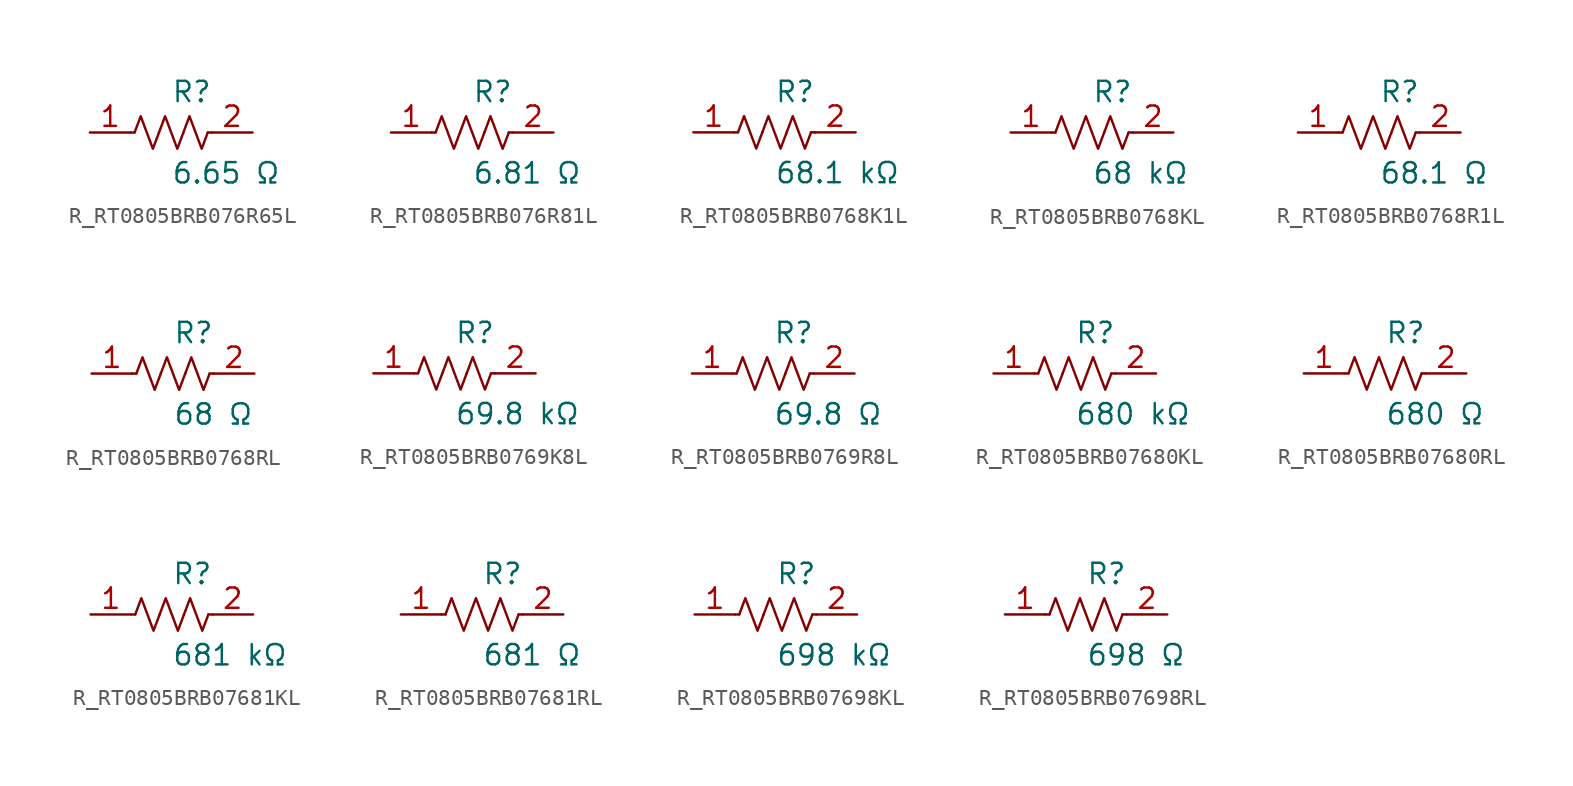
<source format=kicad_sym>
(kicad_symbol_lib
  (version 20231120)
  (generator kicad_symbol_editor)
  (generator_version 8.0)
  (symbol "R_RT0805BRB076R65L"
    (pin_names
      (offset 0.254))
    (property "Reference" "R"
      (at 0 2.54 0)
      (effects (font (size 1.27 1.27)) (justify left)))
    (property "Value" "6.65 Ω"
      (at 0 -2.54 0)
      (effects (font (size 1.27 1.27)) (justify left)))
    (symbol "R_RT0805BRB076R65L_0_1"
      (polyline (pts (xy 2.286 0) (xy 2.54 0)) (stroke (width 0) (type default)) (fill (type none)))
      (polyline (pts (xy -2.286 0) (xy -2.54 0)) (stroke (width 0) (type default)) (fill (type none)))
      (polyline (pts (xy 0.762 0) (xy 1.143 1.016) (xy 1.524 0) (xy 1.905 -1.016) (xy 2.286 0)) (stroke (width 0) (type default)) (fill (type none)))
      (polyline (pts (xy -0.762 0) (xy -0.381 1.016) (xy 0 0) (xy 0.381 -1.016) (xy 0.762 0)) (stroke (width 0) (type default)) (fill (type none)))
      (polyline (pts (xy -2.286 0) (xy -1.905 1.016) (xy -1.524 0) (xy -1.143 -1.016) (xy -0.762 0)) (stroke (width 0) (type default)) (fill (type none))))
    (pin unspecified line
      (at -5.08 0 0)
      (length 2.54)
      (name "" (effects (font (size 1.27 1.27))))
      (number "1" (effects (font (size 1.27 1.27)))))
    (pin unspecified line
      (at 5.08 0 180)
      (length 2.54)
      (name "" (effects (font (size 1.27 1.27))))
      (number "2" (effects (font (size 1.27 1.27))))))
  (symbol "R_RT0805BRB076R81L"
    (pin_names
      (offset 0.254))
    (property "Reference" "R"
      (at 0 2.54 0)
      (effects (font (size 1.27 1.27)) (justify left)))
    (property "Value" "6.81 Ω"
      (at 0 -2.54 0)
      (effects (font (size 1.27 1.27)) (justify left)))
    (symbol "R_RT0805BRB076R81L_0_1"
      (polyline (pts (xy 2.286 0) (xy 2.54 0)) (stroke (width 0) (type default)) (fill (type none)))
      (polyline (pts (xy -2.286 0) (xy -2.54 0)) (stroke (width 0) (type default)) (fill (type none)))
      (polyline (pts (xy 0.762 0) (xy 1.143 1.016) (xy 1.524 0) (xy 1.905 -1.016) (xy 2.286 0)) (stroke (width 0) (type default)) (fill (type none)))
      (polyline (pts (xy -0.762 0) (xy -0.381 1.016) (xy 0 0) (xy 0.381 -1.016) (xy 0.762 0)) (stroke (width 0) (type default)) (fill (type none)))
      (polyline (pts (xy -2.286 0) (xy -1.905 1.016) (xy -1.524 0) (xy -1.143 -1.016) (xy -0.762 0)) (stroke (width 0) (type default)) (fill (type none))))
    (pin unspecified line
      (at -5.08 0 0)
      (length 2.54)
      (name "" (effects (font (size 1.27 1.27))))
      (number "1" (effects (font (size 1.27 1.27)))))
    (pin unspecified line
      (at 5.08 0 180)
      (length 2.54)
      (name "" (effects (font (size 1.27 1.27))))
      (number "2" (effects (font (size 1.27 1.27))))))
  (symbol "R_RT0805BRB0768K1L"
    (pin_names
      (offset 0.254))
    (property "Reference" "R"
      (at 0 2.54 0)
      (effects (font (size 1.27 1.27)) (justify left)))
    (property "Value" "68.1 kΩ"
      (at 0 -2.54 0)
      (effects (font (size 1.27 1.27)) (justify left)))
    (symbol "R_RT0805BRB0768K1L_0_1"
      (polyline (pts (xy 2.286 0) (xy 2.54 0)) (stroke (width 0) (type default)) (fill (type none)))
      (polyline (pts (xy -2.286 0) (xy -2.54 0)) (stroke (width 0) (type default)) (fill (type none)))
      (polyline (pts (xy 0.762 0) (xy 1.143 1.016) (xy 1.524 0) (xy 1.905 -1.016) (xy 2.286 0)) (stroke (width 0) (type default)) (fill (type none)))
      (polyline (pts (xy -0.762 0) (xy -0.381 1.016) (xy 0 0) (xy 0.381 -1.016) (xy 0.762 0)) (stroke (width 0) (type default)) (fill (type none)))
      (polyline (pts (xy -2.286 0) (xy -1.905 1.016) (xy -1.524 0) (xy -1.143 -1.016) (xy -0.762 0)) (stroke (width 0) (type default)) (fill (type none))))
    (pin unspecified line
      (at -5.08 0 0)
      (length 2.54)
      (name "" (effects (font (size 1.27 1.27))))
      (number "1" (effects (font (size 1.27 1.27)))))
    (pin unspecified line
      (at 5.08 0 180)
      (length 2.54)
      (name "" (effects (font (size 1.27 1.27))))
      (number "2" (effects (font (size 1.27 1.27))))))
  (symbol "R_RT0805BRB0768KL"
    (pin_names
      (offset 0.254))
    (property "Reference" "R"
      (at 0 2.54 0)
      (effects (font (size 1.27 1.27)) (justify left)))
    (property "Value" "68 kΩ"
      (at 0 -2.54 0)
      (effects (font (size 1.27 1.27)) (justify left)))
    (symbol "R_RT0805BRB0768KL_0_1"
      (polyline (pts (xy 2.286 0) (xy 2.54 0)) (stroke (width 0) (type default)) (fill (type none)))
      (polyline (pts (xy -2.286 0) (xy -2.54 0)) (stroke (width 0) (type default)) (fill (type none)))
      (polyline (pts (xy 0.762 0) (xy 1.143 1.016) (xy 1.524 0) (xy 1.905 -1.016) (xy 2.286 0)) (stroke (width 0) (type default)) (fill (type none)))
      (polyline (pts (xy -0.762 0) (xy -0.381 1.016) (xy 0 0) (xy 0.381 -1.016) (xy 0.762 0)) (stroke (width 0) (type default)) (fill (type none)))
      (polyline (pts (xy -2.286 0) (xy -1.905 1.016) (xy -1.524 0) (xy -1.143 -1.016) (xy -0.762 0)) (stroke (width 0) (type default)) (fill (type none))))
    (pin unspecified line
      (at -5.08 0 0)
      (length 2.54)
      (name "" (effects (font (size 1.27 1.27))))
      (number "1" (effects (font (size 1.27 1.27)))))
    (pin unspecified line
      (at 5.08 0 180)
      (length 2.54)
      (name "" (effects (font (size 1.27 1.27))))
      (number "2" (effects (font (size 1.27 1.27))))))
  (symbol "R_RT0805BRB0768R1L"
    (pin_names
      (offset 0.254))
    (property "Reference" "R"
      (at 0 2.54 0)
      (effects (font (size 1.27 1.27)) (justify left)))
    (property "Value" "68.1 Ω"
      (at 0 -2.54 0)
      (effects (font (size 1.27 1.27)) (justify left)))
    (symbol "R_RT0805BRB0768R1L_0_1"
      (polyline (pts (xy 2.286 0) (xy 2.54 0)) (stroke (width 0) (type default)) (fill (type none)))
      (polyline (pts (xy -2.286 0) (xy -2.54 0)) (stroke (width 0) (type default)) (fill (type none)))
      (polyline (pts (xy 0.762 0) (xy 1.143 1.016) (xy 1.524 0) (xy 1.905 -1.016) (xy 2.286 0)) (stroke (width 0) (type default)) (fill (type none)))
      (polyline (pts (xy -0.762 0) (xy -0.381 1.016) (xy 0 0) (xy 0.381 -1.016) (xy 0.762 0)) (stroke (width 0) (type default)) (fill (type none)))
      (polyline (pts (xy -2.286 0) (xy -1.905 1.016) (xy -1.524 0) (xy -1.143 -1.016) (xy -0.762 0)) (stroke (width 0) (type default)) (fill (type none))))
    (pin unspecified line
      (at -5.08 0 0)
      (length 2.54)
      (name "" (effects (font (size 1.27 1.27))))
      (number "1" (effects (font (size 1.27 1.27)))))
    (pin unspecified line
      (at 5.08 0 180)
      (length 2.54)
      (name "" (effects (font (size 1.27 1.27))))
      (number "2" (effects (font (size 1.27 1.27))))))
  (symbol "R_RT0805BRB0768RL"
    (pin_names
      (offset 0.254))
    (property "Reference" "R"
      (at 0 2.54 0)
      (effects (font (size 1.27 1.27)) (justify left)))
    (property "Value" "68 Ω"
      (at 0 -2.54 0)
      (effects (font (size 1.27 1.27)) (justify left)))
    (symbol "R_RT0805BRB0768RL_0_1"
      (polyline (pts (xy 2.286 0) (xy 2.54 0)) (stroke (width 0) (type default)) (fill (type none)))
      (polyline (pts (xy -2.286 0) (xy -2.54 0)) (stroke (width 0) (type default)) (fill (type none)))
      (polyline (pts (xy 0.762 0) (xy 1.143 1.016) (xy 1.524 0) (xy 1.905 -1.016) (xy 2.286 0)) (stroke (width 0) (type default)) (fill (type none)))
      (polyline (pts (xy -0.762 0) (xy -0.381 1.016) (xy 0 0) (xy 0.381 -1.016) (xy 0.762 0)) (stroke (width 0) (type default)) (fill (type none)))
      (polyline (pts (xy -2.286 0) (xy -1.905 1.016) (xy -1.524 0) (xy -1.143 -1.016) (xy -0.762 0)) (stroke (width 0) (type default)) (fill (type none))))
    (pin unspecified line
      (at -5.08 0 0)
      (length 2.54)
      (name "" (effects (font (size 1.27 1.27))))
      (number "1" (effects (font (size 1.27 1.27)))))
    (pin unspecified line
      (at 5.08 0 180)
      (length 2.54)
      (name "" (effects (font (size 1.27 1.27))))
      (number "2" (effects (font (size 1.27 1.27))))))
  (symbol "R_RT0805BRB0769K8L"
    (pin_names
      (offset 0.254))
    (property "Reference" "R"
      (at 0 2.54 0)
      (effects (font (size 1.27 1.27)) (justify left)))
    (property "Value" "69.8 kΩ"
      (at 0 -2.54 0)
      (effects (font (size 1.27 1.27)) (justify left)))
    (symbol "R_RT0805BRB0769K8L_0_1"
      (polyline (pts (xy 2.286 0) (xy 2.54 0)) (stroke (width 0) (type default)) (fill (type none)))
      (polyline (pts (xy -2.286 0) (xy -2.54 0)) (stroke (width 0) (type default)) (fill (type none)))
      (polyline (pts (xy 0.762 0) (xy 1.143 1.016) (xy 1.524 0) (xy 1.905 -1.016) (xy 2.286 0)) (stroke (width 0) (type default)) (fill (type none)))
      (polyline (pts (xy -0.762 0) (xy -0.381 1.016) (xy 0 0) (xy 0.381 -1.016) (xy 0.762 0)) (stroke (width 0) (type default)) (fill (type none)))
      (polyline (pts (xy -2.286 0) (xy -1.905 1.016) (xy -1.524 0) (xy -1.143 -1.016) (xy -0.762 0)) (stroke (width 0) (type default)) (fill (type none))))
    (pin unspecified line
      (at -5.08 0 0)
      (length 2.54)
      (name "" (effects (font (size 1.27 1.27))))
      (number "1" (effects (font (size 1.27 1.27)))))
    (pin unspecified line
      (at 5.08 0 180)
      (length 2.54)
      (name "" (effects (font (size 1.27 1.27))))
      (number "2" (effects (font (size 1.27 1.27))))))
  (symbol "R_RT0805BRB0769R8L"
    (pin_names
      (offset 0.254))
    (property "Reference" "R"
      (at 0 2.54 0)
      (effects (font (size 1.27 1.27)) (justify left)))
    (property "Value" "69.8 Ω"
      (at 0 -2.54 0)
      (effects (font (size 1.27 1.27)) (justify left)))
    (symbol "R_RT0805BRB0769R8L_0_1"
      (polyline (pts (xy 2.286 0) (xy 2.54 0)) (stroke (width 0) (type default)) (fill (type none)))
      (polyline (pts (xy -2.286 0) (xy -2.54 0)) (stroke (width 0) (type default)) (fill (type none)))
      (polyline (pts (xy 0.762 0) (xy 1.143 1.016) (xy 1.524 0) (xy 1.905 -1.016) (xy 2.286 0)) (stroke (width 0) (type default)) (fill (type none)))
      (polyline (pts (xy -0.762 0) (xy -0.381 1.016) (xy 0 0) (xy 0.381 -1.016) (xy 0.762 0)) (stroke (width 0) (type default)) (fill (type none)))
      (polyline (pts (xy -2.286 0) (xy -1.905 1.016) (xy -1.524 0) (xy -1.143 -1.016) (xy -0.762 0)) (stroke (width 0) (type default)) (fill (type none))))
    (pin unspecified line
      (at -5.08 0 0)
      (length 2.54)
      (name "" (effects (font (size 1.27 1.27))))
      (number "1" (effects (font (size 1.27 1.27)))))
    (pin unspecified line
      (at 5.08 0 180)
      (length 2.54)
      (name "" (effects (font (size 1.27 1.27))))
      (number "2" (effects (font (size 1.27 1.27))))))
  (symbol "R_RT0805BRB07680KL"
    (pin_names
      (offset 0.254))
    (property "Reference" "R"
      (at 0 2.54 0)
      (effects (font (size 1.27 1.27)) (justify left)))
    (property "Value" "680 kΩ"
      (at 0 -2.54 0)
      (effects (font (size 1.27 1.27)) (justify left)))
    (symbol "R_RT0805BRB07680KL_0_1"
      (polyline (pts (xy 2.286 0) (xy 2.54 0)) (stroke (width 0) (type default)) (fill (type none)))
      (polyline (pts (xy -2.286 0) (xy -2.54 0)) (stroke (width 0) (type default)) (fill (type none)))
      (polyline (pts (xy 0.762 0) (xy 1.143 1.016) (xy 1.524 0) (xy 1.905 -1.016) (xy 2.286 0)) (stroke (width 0) (type default)) (fill (type none)))
      (polyline (pts (xy -0.762 0) (xy -0.381 1.016) (xy 0 0) (xy 0.381 -1.016) (xy 0.762 0)) (stroke (width 0) (type default)) (fill (type none)))
      (polyline (pts (xy -2.286 0) (xy -1.905 1.016) (xy -1.524 0) (xy -1.143 -1.016) (xy -0.762 0)) (stroke (width 0) (type default)) (fill (type none))))
    (pin unspecified line
      (at -5.08 0 0)
      (length 2.54)
      (name "" (effects (font (size 1.27 1.27))))
      (number "1" (effects (font (size 1.27 1.27)))))
    (pin unspecified line
      (at 5.08 0 180)
      (length 2.54)
      (name "" (effects (font (size 1.27 1.27))))
      (number "2" (effects (font (size 1.27 1.27))))))
  (symbol "R_RT0805BRB07680RL"
    (pin_names
      (offset 0.254))
    (property "Reference" "R"
      (at 0 2.54 0)
      (effects (font (size 1.27 1.27)) (justify left)))
    (property "Value" "680 Ω"
      (at 0 -2.54 0)
      (effects (font (size 1.27 1.27)) (justify left)))
    (symbol "R_RT0805BRB07680RL_0_1"
      (polyline (pts (xy 2.286 0) (xy 2.54 0)) (stroke (width 0) (type default)) (fill (type none)))
      (polyline (pts (xy -2.286 0) (xy -2.54 0)) (stroke (width 0) (type default)) (fill (type none)))
      (polyline (pts (xy 0.762 0) (xy 1.143 1.016) (xy 1.524 0) (xy 1.905 -1.016) (xy 2.286 0)) (stroke (width 0) (type default)) (fill (type none)))
      (polyline (pts (xy -0.762 0) (xy -0.381 1.016) (xy 0 0) (xy 0.381 -1.016) (xy 0.762 0)) (stroke (width 0) (type default)) (fill (type none)))
      (polyline (pts (xy -2.286 0) (xy -1.905 1.016) (xy -1.524 0) (xy -1.143 -1.016) (xy -0.762 0)) (stroke (width 0) (type default)) (fill (type none))))
    (pin unspecified line
      (at -5.08 0 0)
      (length 2.54)
      (name "" (effects (font (size 1.27 1.27))))
      (number "1" (effects (font (size 1.27 1.27)))))
    (pin unspecified line
      (at 5.08 0 180)
      (length 2.54)
      (name "" (effects (font (size 1.27 1.27))))
      (number "2" (effects (font (size 1.27 1.27))))))
  (symbol "R_RT0805BRB07681KL"
    (pin_names
      (offset 0.254))
    (property "Reference" "R"
      (at 0 2.54 0)
      (effects (font (size 1.27 1.27)) (justify left)))
    (property "Value" "681 kΩ"
      (at 0 -2.54 0)
      (effects (font (size 1.27 1.27)) (justify left)))
    (symbol "R_RT0805BRB07681KL_0_1"
      (polyline (pts (xy 2.286 0) (xy 2.54 0)) (stroke (width 0) (type default)) (fill (type none)))
      (polyline (pts (xy -2.286 0) (xy -2.54 0)) (stroke (width 0) (type default)) (fill (type none)))
      (polyline (pts (xy 0.762 0) (xy 1.143 1.016) (xy 1.524 0) (xy 1.905 -1.016) (xy 2.286 0)) (stroke (width 0) (type default)) (fill (type none)))
      (polyline (pts (xy -0.762 0) (xy -0.381 1.016) (xy 0 0) (xy 0.381 -1.016) (xy 0.762 0)) (stroke (width 0) (type default)) (fill (type none)))
      (polyline (pts (xy -2.286 0) (xy -1.905 1.016) (xy -1.524 0) (xy -1.143 -1.016) (xy -0.762 0)) (stroke (width 0) (type default)) (fill (type none))))
    (pin unspecified line
      (at -5.08 0 0)
      (length 2.54)
      (name "" (effects (font (size 1.27 1.27))))
      (number "1" (effects (font (size 1.27 1.27)))))
    (pin unspecified line
      (at 5.08 0 180)
      (length 2.54)
      (name "" (effects (font (size 1.27 1.27))))
      (number "2" (effects (font (size 1.27 1.27))))))
  (symbol "R_RT0805BRB07681RL"
    (pin_names
      (offset 0.254))
    (property "Reference" "R"
      (at 0 2.54 0)
      (effects (font (size 1.27 1.27)) (justify left)))
    (property "Value" "681 Ω"
      (at 0 -2.54 0)
      (effects (font (size 1.27 1.27)) (justify left)))
    (symbol "R_RT0805BRB07681RL_0_1"
      (polyline (pts (xy 2.286 0) (xy 2.54 0)) (stroke (width 0) (type default)) (fill (type none)))
      (polyline (pts (xy -2.286 0) (xy -2.54 0)) (stroke (width 0) (type default)) (fill (type none)))
      (polyline (pts (xy 0.762 0) (xy 1.143 1.016) (xy 1.524 0) (xy 1.905 -1.016) (xy 2.286 0)) (stroke (width 0) (type default)) (fill (type none)))
      (polyline (pts (xy -0.762 0) (xy -0.381 1.016) (xy 0 0) (xy 0.381 -1.016) (xy 0.762 0)) (stroke (width 0) (type default)) (fill (type none)))
      (polyline (pts (xy -2.286 0) (xy -1.905 1.016) (xy -1.524 0) (xy -1.143 -1.016) (xy -0.762 0)) (stroke (width 0) (type default)) (fill (type none))))
    (pin unspecified line
      (at -5.08 0 0)
      (length 2.54)
      (name "" (effects (font (size 1.27 1.27))))
      (number "1" (effects (font (size 1.27 1.27)))))
    (pin unspecified line
      (at 5.08 0 180)
      (length 2.54)
      (name "" (effects (font (size 1.27 1.27))))
      (number "2" (effects (font (size 1.27 1.27))))))
  (symbol "R_RT0805BRB07698KL"
    (pin_names
      (offset 0.254))
    (property "Reference" "R"
      (at 0 2.54 0)
      (effects (font (size 1.27 1.27)) (justify left)))
    (property "Value" "698 kΩ"
      (at 0 -2.54 0)
      (effects (font (size 1.27 1.27)) (justify left)))
    (symbol "R_RT0805BRB07698KL_0_1"
      (polyline (pts (xy 2.286 0) (xy 2.54 0)) (stroke (width 0) (type default)) (fill (type none)))
      (polyline (pts (xy -2.286 0) (xy -2.54 0)) (stroke (width 0) (type default)) (fill (type none)))
      (polyline (pts (xy 0.762 0) (xy 1.143 1.016) (xy 1.524 0) (xy 1.905 -1.016) (xy 2.286 0)) (stroke (width 0) (type default)) (fill (type none)))
      (polyline (pts (xy -0.762 0) (xy -0.381 1.016) (xy 0 0) (xy 0.381 -1.016) (xy 0.762 0)) (stroke (width 0) (type default)) (fill (type none)))
      (polyline (pts (xy -2.286 0) (xy -1.905 1.016) (xy -1.524 0) (xy -1.143 -1.016) (xy -0.762 0)) (stroke (width 0) (type default)) (fill (type none))))
    (pin unspecified line
      (at -5.08 0 0)
      (length 2.54)
      (name "" (effects (font (size 1.27 1.27))))
      (number "1" (effects (font (size 1.27 1.27)))))
    (pin unspecified line
      (at 5.08 0 180)
      (length 2.54)
      (name "" (effects (font (size 1.27 1.27))))
      (number "2" (effects (font (size 1.27 1.27))))))
  (symbol "R_RT0805BRB07698RL"
    (pin_names
      (offset 0.254))
    (property "Reference" "R"
      (at 0 2.54 0)
      (effects (font (size 1.27 1.27)) (justify left)))
    (property "Value" "698 Ω"
      (at 0 -2.54 0)
      (effects (font (size 1.27 1.27)) (justify left)))
    (symbol "R_RT0805BRB07698RL_0_1"
      (polyline (pts (xy 2.286 0) (xy 2.54 0)) (stroke (width 0) (type default)) (fill (type none)))
      (polyline (pts (xy -2.286 0) (xy -2.54 0)) (stroke (width 0) (type default)) (fill (type none)))
      (polyline (pts (xy 0.762 0) (xy 1.143 1.016) (xy 1.524 0) (xy 1.905 -1.016) (xy 2.286 0)) (stroke (width 0) (type default)) (fill (type none)))
      (polyline (pts (xy -0.762 0) (xy -0.381 1.016) (xy 0 0) (xy 0.381 -1.016) (xy 0.762 0)) (stroke (width 0) (type default)) (fill (type none)))
      (polyline (pts (xy -2.286 0) (xy -1.905 1.016) (xy -1.524 0) (xy -1.143 -1.016) (xy -0.762 0)) (stroke (width 0) (type default)) (fill (type none))))
    (pin unspecified line
      (at -5.08 0 0)
      (length 2.54)
      (name "" (effects (font (size 1.27 1.27))))
      (number "1" (effects (font (size 1.27 1.27)))))
    (pin unspecified line
      (at 5.08 0 180)
      (length 2.54)
      (name "" (effects (font (size 1.27 1.27))))
      (number "2" (effects (font (size 1.27 1.27)))))))
</source>
